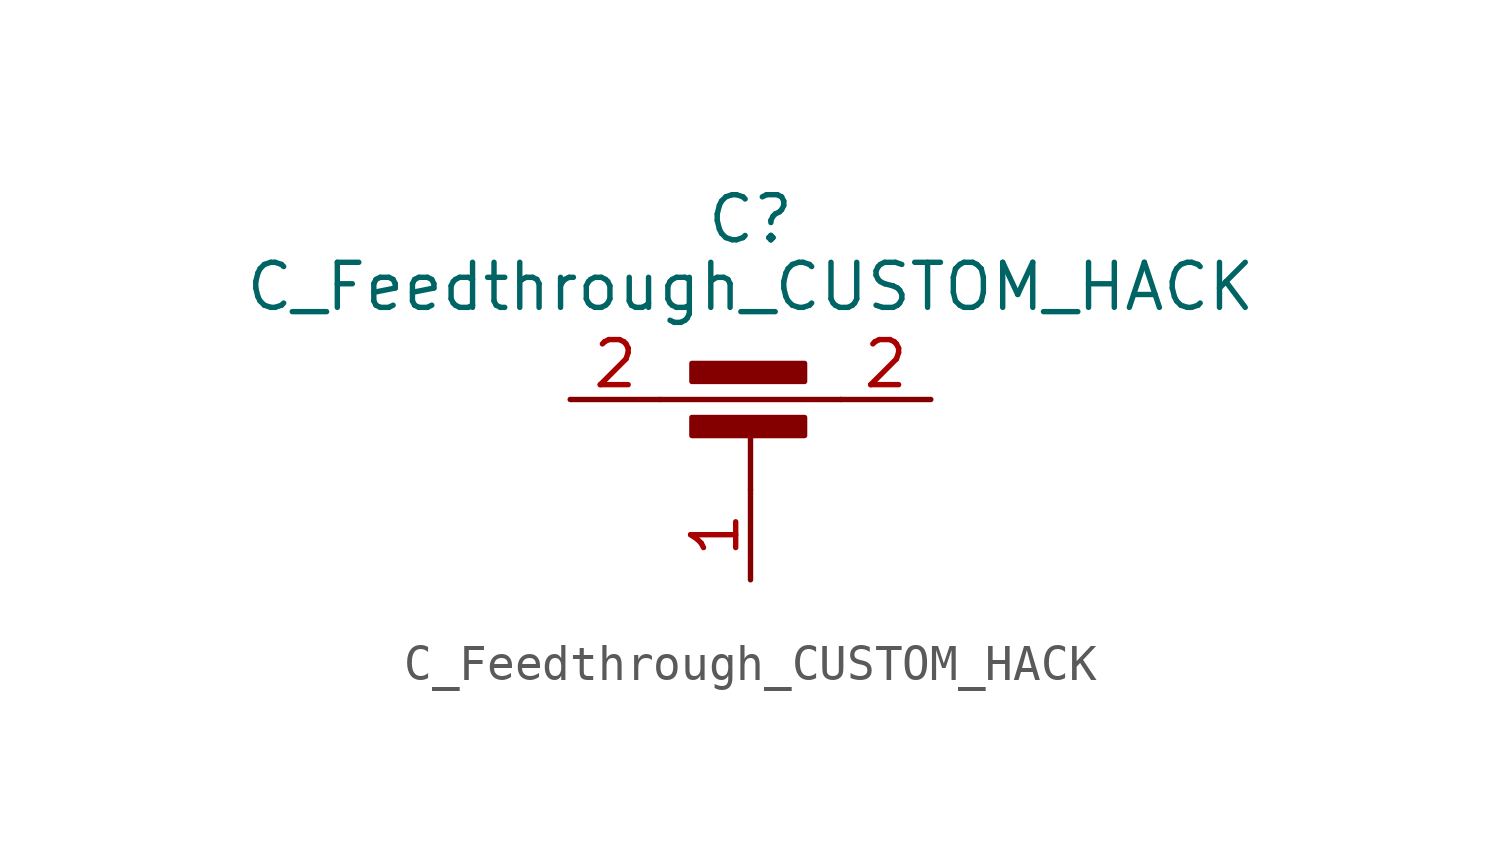
<source format=kicad_sym>
(kicad_symbol_lib
  (version 20241209)
  (generator "kicad_symbol_editor")
  (generator_version "9.0")
  (symbol "C_Feedthrough_CUSTOM_HACK"
    (pin_names
      (offset 0.254)
      (hide yes))
    (property "Reference" "C"
      (at 0 7.62 0)
      (effects (font (size 1.27 1.27))))
    (property "Value" "C_Feedthrough_CUSTOM_HACK"
      (at 0 5.715 0)
      (effects (font (size 1.27 1.27))))
    (symbol "C_Feedthrough_CUSTOM_HACK_0_1"
      (polyline (pts (xy -2.54 2.54) (xy 2.54 2.54)) (stroke (width 0) (type default)) (fill (type none)))
      (rectangle (start -1.651 1.524) (end 1.524 2.032) (stroke (width 0) (type default)) (fill (type outline)))
      (polyline (pts (xy 0 0) (xy 0 1.778)) (stroke (width 0) (type default)) (fill (type none)))
      (rectangle (start 1.524 3.048) (end -1.651 3.556) (stroke (width 0) (type default)) (fill (type outline))))
    (symbol "C_Feedthrough_CUSTOM_HACK_1_1"
      (pin passive line (at -5.08 2.54 0) (length 2.54) (name "2" (effects (font (size 1.27 1.27)))) (number "2" (effects (font (size 1.27 1.27)))))
      (pin passive line (at 0 -2.54 90) (length 2.54) (name "1" (effects (font (size 1.27 1.27)))) (number "1" (effects (font (size 1.27 1.27)))))
      (pin passive line (at 0 -2.54 90) (length 2.54) (hide yes) (name "3" (effects (font (size 1.27 1.27)))) (number "3" (effects (font (size 1.27 1.27)))))
      (pin passive line (at 5.08 2.54 180) (length 2.54) (name "2" (effects (font (size 1.27 1.27)))) (number "2" (effects (font (size 1.27 1.27))))))))
</source>
